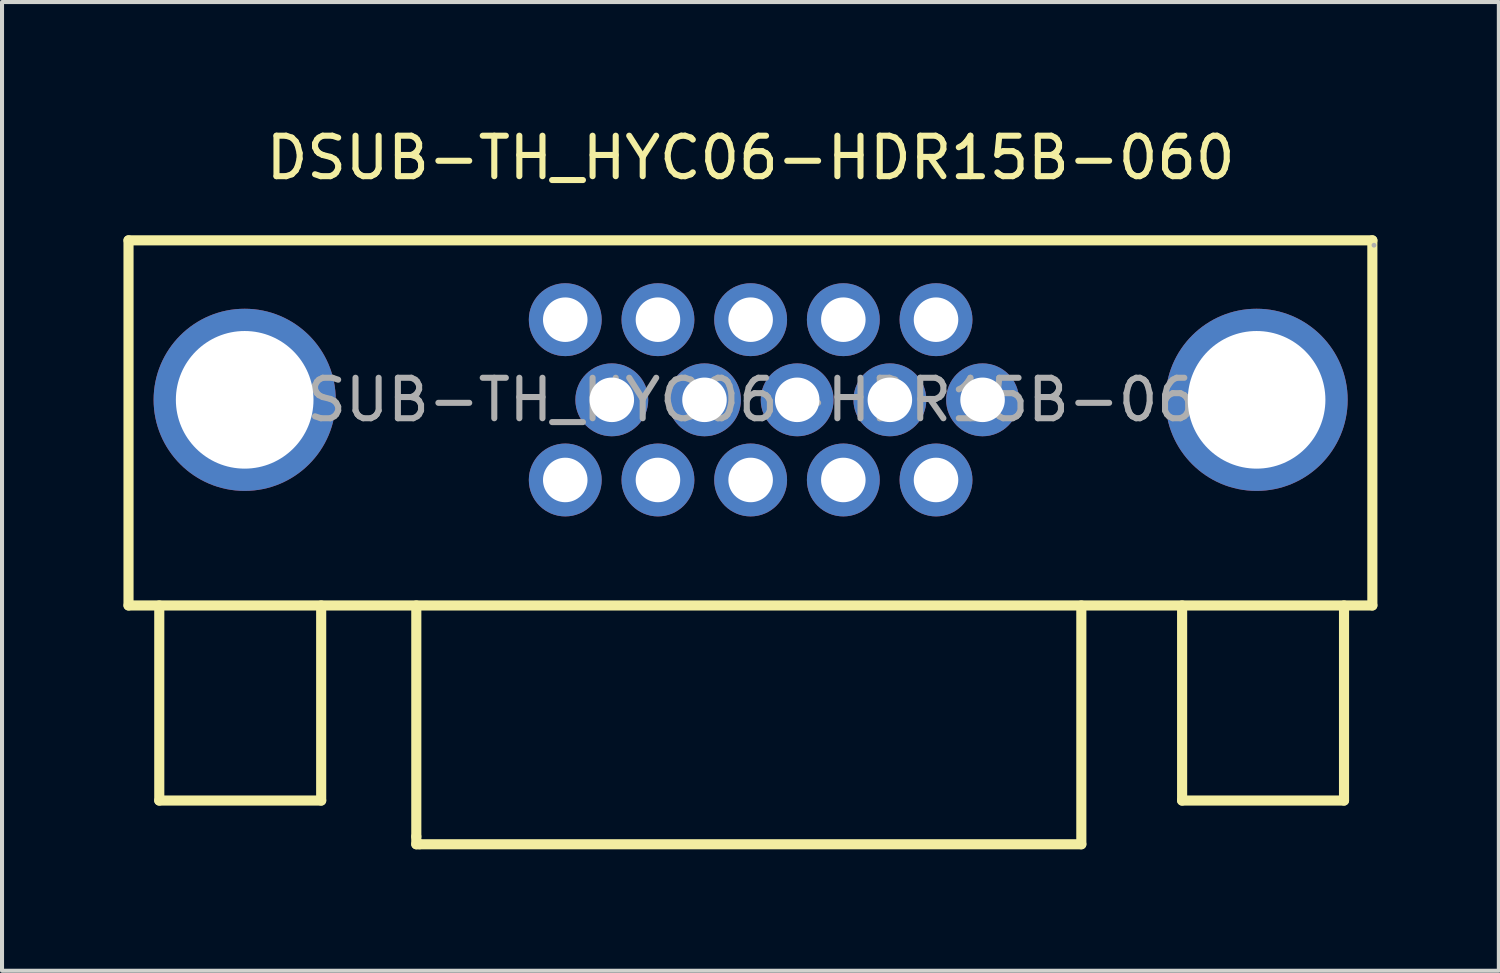
<source format=kicad_pcb>
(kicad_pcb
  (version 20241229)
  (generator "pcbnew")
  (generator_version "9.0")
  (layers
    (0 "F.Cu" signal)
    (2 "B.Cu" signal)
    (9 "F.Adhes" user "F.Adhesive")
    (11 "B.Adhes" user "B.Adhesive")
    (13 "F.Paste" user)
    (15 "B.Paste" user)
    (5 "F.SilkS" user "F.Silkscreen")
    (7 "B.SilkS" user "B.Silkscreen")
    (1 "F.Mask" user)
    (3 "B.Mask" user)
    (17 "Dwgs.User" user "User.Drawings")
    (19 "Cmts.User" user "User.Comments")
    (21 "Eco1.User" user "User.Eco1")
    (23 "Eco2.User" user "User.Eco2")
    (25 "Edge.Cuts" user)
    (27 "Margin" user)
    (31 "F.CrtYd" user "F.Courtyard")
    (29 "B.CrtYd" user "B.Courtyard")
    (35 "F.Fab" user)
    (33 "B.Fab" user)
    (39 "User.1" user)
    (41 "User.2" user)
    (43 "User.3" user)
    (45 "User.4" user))
  (footprint "DSUB-TH_HYC06-HDR15B-060"
    (layer "F.Cu")
    (at 15.495 6.828)
    (property "Reference" "DSUB-TH_HYC06-HDR15B-060" (at 0 -5.98 0) (layer "F.SilkS") (effects (font (size 1 1) (thickness 0.15))))
    (attr smd)
    (fp_line (start -15.37 -3.94) (end -15.37 5.08) (stroke (width 0.25) (type solid)) (layer "F.SilkS"))
    (fp_line (start -15.37 5.08) (end 15.36 5.08) (stroke (width 0.25) (type solid)) (layer "F.SilkS"))
    (fp_line (start -14.61 9.9) (end -14.61 5.08) (stroke (width 0.25) (type solid)) (layer "F.SilkS"))
    (fp_line (start -14.61 9.9) (end -10.61 9.9) (stroke (width 0.25) (type solid)) (layer "F.SilkS"))
    (fp_line (start -10.61 9.9) (end -10.61 5.08) (stroke (width 0.25) (type solid)) (layer "F.SilkS"))
    (fp_line (start -8.26 10.79) (end -8.26 5.08) (stroke (width 0.25) (type solid)) (layer "F.SilkS"))
    (fp_line (start -8.26 10.79) (end -8.26 10.98) (stroke (width 0.25) (type solid)) (layer "F.SilkS"))
    (fp_line (start -8.26 10.98) (end -8.18 10.98) (stroke (width 0.25) (type solid)) (layer "F.SilkS"))
    (fp_line (start 8.17 10.98) (end -8.18 10.98) (stroke (width 0.25) (type solid)) (layer "F.SilkS"))
    (fp_line (start 8.17 10.98) (end 8.17 5.08) (stroke (width 0.25) (type solid)) (layer "F.SilkS"))
    (fp_line (start 10.66 9.9) (end 10.66 5.08) (stroke (width 0.25) (type solid)) (layer "F.SilkS"))
    (fp_line (start 10.66 9.9) (end 14.66 9.9) (stroke (width 0.25) (type solid)) (layer "F.SilkS"))
    (fp_line (start 14.66 9.9) (end 14.66 5.08) (stroke (width 0.25) (type solid)) (layer "F.SilkS"))
    (fp_line (start 15.36 -3.94) (end -15.37 -3.94) (stroke (width 0.25) (type solid)) (layer "F.SilkS"))
    (fp_line (start 15.36 5.08) (end 15.36 -3.94) (stroke (width 0.25) (type solid)) (layer "F.SilkS"))
    (fp_circle (center 15.4 -3.82) (end 15.43 -3.82) (stroke (width 0.06) (type solid)) (fill no) (layer "F.Fab"))
    (fp_text user "${REFERENCE}" (at 0 0 0) (layer "F.Fab") (effects (font (size 1 1) (thickness 0.15))))
    (pad "1" thru_hole circle (at 4.58 -1.98) (size 1.8 1.8) (drill 1.1) (layers "*.Cu" "*.Paste" "*.Mask"))
    (pad "2" thru_hole circle (at 2.29 -1.98) (size 1.8 1.8) (drill 1.1) (layers "*.Cu" "*.Paste" "*.Mask"))
    (pad "3" thru_hole circle (at 0 -1.98) (size 1.8 1.8) (drill 1.1) (layers "*.Cu" "*.Paste" "*.Mask"))
    (pad "4" thru_hole circle (at -2.29 -1.98) (size 1.8 1.8) (drill 1.1) (layers "*.Cu" "*.Paste" "*.Mask"))
    (pad "5" thru_hole circle (at -4.58 -1.98) (size 1.8 1.8) (drill 1.1) (layers "*.Cu" "*.Paste" "*.Mask"))
    (pad "6" thru_hole circle (at 5.73 0) (size 1.8 1.8) (drill 1.1) (layers "*.Cu" "*.Paste" "*.Mask"))
    (pad "7" thru_hole circle (at 3.44 0) (size 1.8 1.8) (drill 1.1) (layers "*.Cu" "*.Paste" "*.Mask"))
    (pad "8" thru_hole circle (at 1.15 0) (size 1.8 1.8) (drill 1.1) (layers "*.Cu" "*.Paste" "*.Mask"))
    (pad "9" thru_hole circle (at -1.14 0) (size 1.8 1.8) (drill 1.1) (layers "*.Cu" "*.Paste" "*.Mask"))
    (pad "10" thru_hole circle (at -3.43 0) (size 1.8 1.8) (drill 1.1) (layers "*.Cu" "*.Paste" "*.Mask"))
    (pad "11" thru_hole circle (at 4.58 1.98) (size 1.8 1.8) (drill 1.1) (layers "*.Cu" "*.Paste" "*.Mask"))
    (pad "12" thru_hole circle (at 2.29 1.98) (size 1.8 1.8) (drill 1.1) (layers "*.Cu" "*.Paste" "*.Mask"))
    (pad "13" thru_hole circle (at 0 1.98) (size 1.8 1.8) (drill 1.1) (layers "*.Cu" "*.Paste" "*.Mask"))
    (pad "14" thru_hole circle (at -2.29 1.98) (size 1.8 1.8) (drill 1.1) (layers "*.Cu" "*.Paste" "*.Mask"))
    (pad "15" thru_hole circle (at -4.58 1.98) (size 1.8 1.8) (drill 1.1) (layers "*.Cu" "*.Paste" "*.Mask"))
    (pad "16" thru_hole circle (at -12.5 0) (size 4.5 4.5) (drill 3.4) (layers "*.Cu" "*.Paste" "*.Mask"))
    (pad "17" thru_hole circle (at 12.5 0) (size 4.5 4.5) (drill 3.4) (layers "*.Cu" "*.Paste" "*.Mask")))
  (gr_rect
    (start -3 -3)
    (end 33.98 20.933)
    (stroke (width 0.1) (type default))
    (fill no)
    (layer "Edge.Cuts")))
</source>
